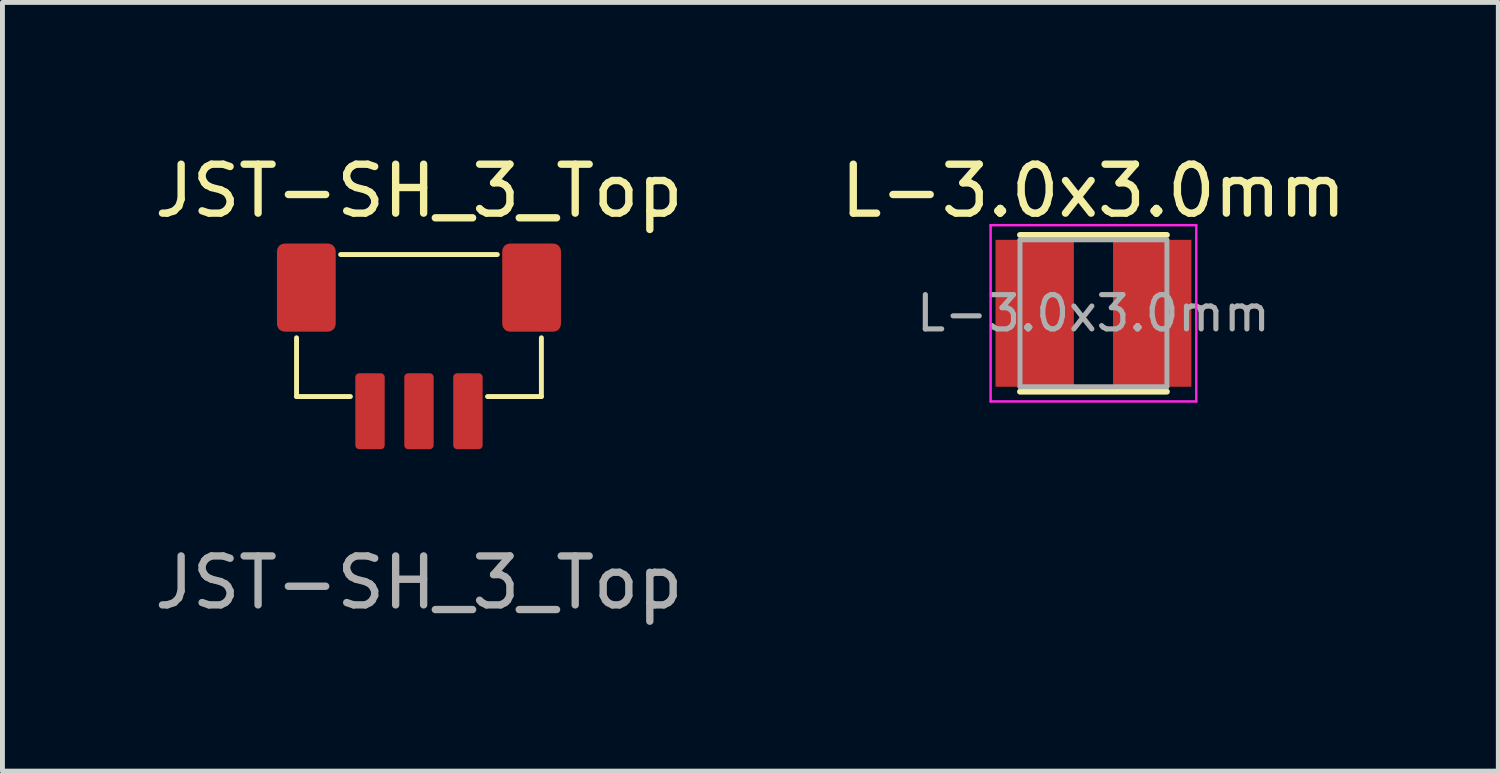
<source format=kicad_pcb>
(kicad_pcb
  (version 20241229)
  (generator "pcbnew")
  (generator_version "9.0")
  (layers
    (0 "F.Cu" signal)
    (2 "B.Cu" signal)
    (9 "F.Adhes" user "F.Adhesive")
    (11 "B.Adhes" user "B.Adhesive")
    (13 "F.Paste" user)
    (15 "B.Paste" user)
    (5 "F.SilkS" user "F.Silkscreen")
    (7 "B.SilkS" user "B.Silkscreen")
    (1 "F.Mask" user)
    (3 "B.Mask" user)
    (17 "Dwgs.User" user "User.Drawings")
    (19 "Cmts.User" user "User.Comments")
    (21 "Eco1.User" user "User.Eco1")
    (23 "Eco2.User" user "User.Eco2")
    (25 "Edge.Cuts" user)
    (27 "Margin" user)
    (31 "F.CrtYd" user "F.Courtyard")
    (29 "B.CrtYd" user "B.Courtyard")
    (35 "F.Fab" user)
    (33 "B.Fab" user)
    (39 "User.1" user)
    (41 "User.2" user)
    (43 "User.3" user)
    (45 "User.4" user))
  (footprint "L-3.0x3.0mm"
    (layer "F.Cu")
    (at 19.28 3.348)
    (property "Reference" "L-3.0x3.0mm" (at 0 -2.5 0) (layer "F.SilkS") (effects (font (size 1 1) (thickness 0.15))))
    (attr smd)
    (fp_line (start -1.5 -1.6) (end 1.5 -1.6) (stroke (width 0.12) (type solid)) (layer "F.SilkS"))
    (fp_line (start -1.5 1.6) (end 1.5 1.6) (stroke (width 0.12) (type solid)) (layer "F.SilkS"))
    (fp_line (start -2.1 -1.8) (end -2.1 1.8) (stroke (width 0.05) (type solid)) (layer "F.CrtYd"))
    (fp_line (start -2.1 1.8) (end 2.1 1.8) (stroke (width 0.05) (type solid)) (layer "F.CrtYd"))
    (fp_line (start 2.1 -1.8) (end -2.1 -1.8) (stroke (width 0.05) (type solid)) (layer "F.CrtYd"))
    (fp_line (start 2.1 1.8) (end 2.1 -1.8) (stroke (width 0.05) (type solid)) (layer "F.CrtYd"))
    (fp_line (start -1.5 -1.5) (end -1.5 1.5) (stroke (width 0.1) (type solid)) (layer "F.Fab"))
    (fp_line (start -1.5 1.5) (end 1.5 1.5) (stroke (width 0.1) (type solid)) (layer "F.Fab"))
    (fp_line (start 1.5 -1.5) (end -1.5 -1.5) (stroke (width 0.1) (type solid)) (layer "F.Fab"))
    (fp_line (start 1.5 1.5) (end 1.5 -1.5) (stroke (width 0.1) (type solid)) (layer "F.Fab"))
    (fp_text user "${REFERENCE}" (at 0 0 0) (layer "F.Fab") (effects (font (size 0.7 0.7) (thickness 0.105))))
    (pad "1" smd rect (at -1.2 0) (size 1.6 3) (layers "F.Cu" "F.Mask" "F.Paste"))
    (pad "2" smd rect (at 1.2 0) (size 1.6 3) (layers "F.Cu" "F.Mask" "F.Paste")))
  (footprint "JST-SH_3_Top"
    (layer "F.Cu")
    (at 5.506 5.348)
    (property "Reference" "JST-SH_3_Top" (at 0 -4.5 0) (unlocked yes) (layer "F.SilkS") (effects (font (size 1 1) (thickness 0.15))))
    (attr smd)
    (fp_line (start -2.5 -0.3) (end -2.5 -1.5) (stroke (width 0.1) (type solid)) (layer "F.SilkS"))
    (fp_line (start -1.6 -3.2) (end 1.6 -3.2) (stroke (width 0.1) (type solid)) (layer "F.SilkS"))
    (fp_line (start -1.4 -0.3) (end -2.5 -0.3) (stroke (width 0.1) (type solid)) (layer "F.SilkS"))
    (fp_line (start 2.5 -1.5) (end 2.5 -0.3) (stroke (width 0.1) (type solid)) (layer "F.SilkS"))
    (fp_line (start 2.5 -0.3) (end 1.4 -0.3) (stroke (width 0.1) (type solid)) (layer "F.SilkS"))
    (fp_text user "${REFERENCE}" (at 0 3.5 0) (unlocked yes) (layer "F.Fab") (effects (font (size 1 1) (thickness 0.15))))
    (pad "1" smd roundrect (at -1 0) (size 0.6 1.55) (layers "F.Cu" "F.Mask" "F.Paste") (roundrect_rratio 0.131))
    (pad "2" smd roundrect (at 0 0) (size 0.6 1.55) (layers "F.Cu" "F.Mask" "F.Paste") (roundrect_rratio 0.131))
    (pad "3" smd roundrect (at 1 0) (size 0.6 1.55) (layers "F.Cu" "F.Mask" "F.Paste") (roundrect_rratio 0.131))
    (pad "MP" smd roundrect (at -2.3 -2.525) (size 1.2 1.8) (layers "F.Cu" "F.Mask" "F.Paste") (roundrect_rratio 0.131))
    (pad "MP" smd roundrect (at 2.3 -2.525) (size 1.2 1.8) (layers "F.Cu" "F.Mask" "F.Paste") (roundrect_rratio 0.131)))
  (gr_rect
    (start -3 -3)
    (end 27.548 12.697)
    (stroke (width 0.1) (type default))
    (fill no)
    (layer "Edge.Cuts")))
</source>
